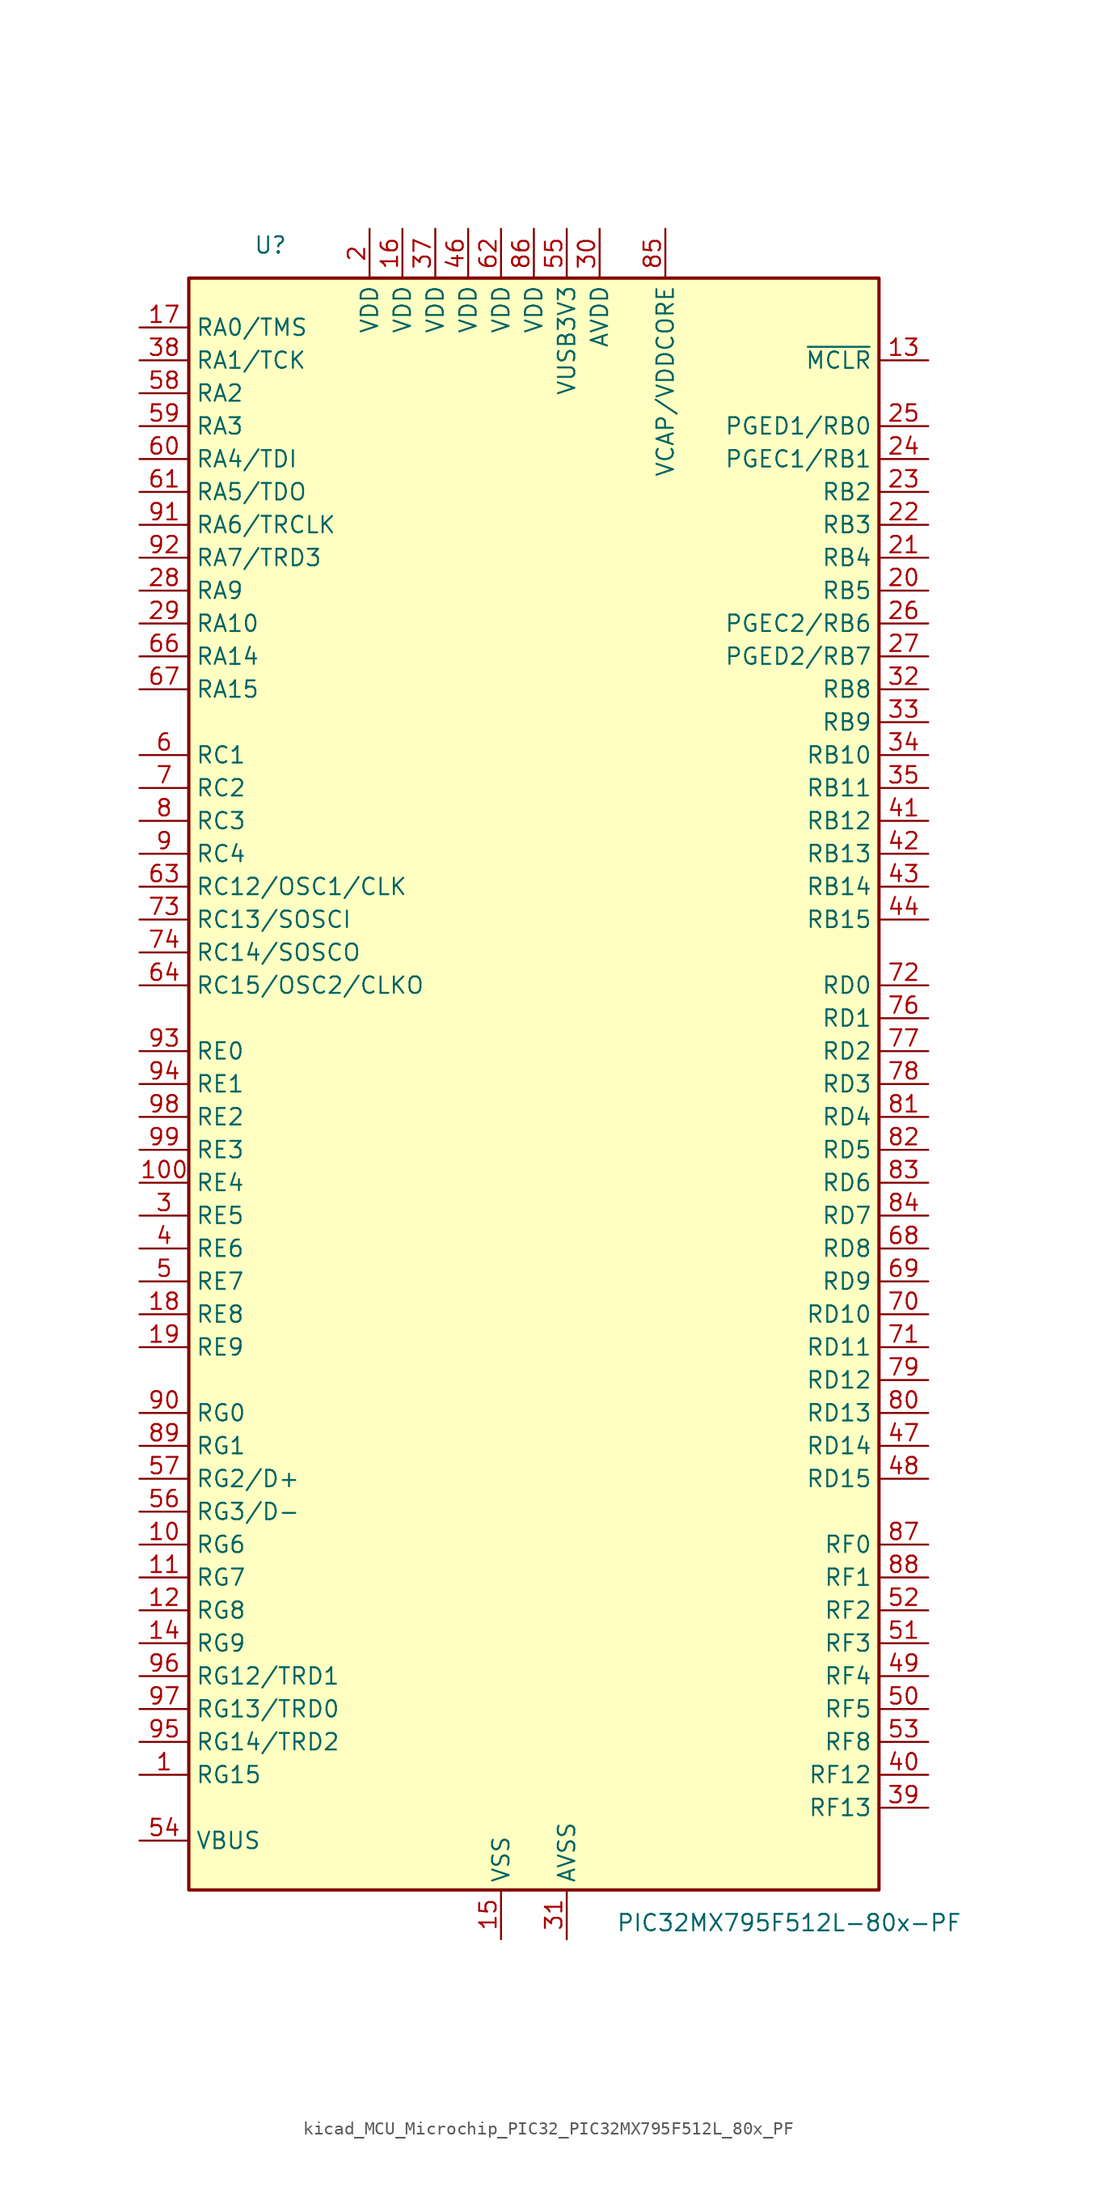
<source format=kicad_sym>
(kicad_symbol_lib
  (version 20220914)
  (generator kicad_symbol_editor)
  (symbol "kicad_MCU_Microchip_PIC32_PIC32MX795F512L_80x_PF"
    (property "Reference" "U"
      (at -19.05 64.77 0)
      (effects (font (size 1.27 1.27)) (justify right)))
    (property "Value" "PIC32MX795F512L-80x-PF"
      (at 6.35 -64.77 0)
      (effects (font (size 1.27 1.27)) (justify left)))
    (symbol "kicad_MCU_Microchip_PIC32_PIC32MX795F512L_80x_PF_0_1"
      (rectangle (start -26.67 62.23) (end 26.67 -62.23) (stroke (width 0.254) (type default)) (fill (type background))))
    (symbol "kicad_MCU_Microchip_PIC32_PIC32MX795F512L_80x_PF_1_1"
      (pin bidirectional line (at -30.48 -53.34 0) (length 3.81) (name "RG15" (effects (font (size 1.27 1.27)))) (number "1" (effects (font (size 1.27 1.27)))))
      (pin bidirectional line (at -30.48 -35.56 0) (length 3.81) (name "RG6" (effects (font (size 1.27 1.27)))) (number "10" (effects (font (size 1.27 1.27)))))
      (pin bidirectional line (at -30.48 -7.62 0) (length 3.81) (name "RE4" (effects (font (size 1.27 1.27)))) (number "100" (effects (font (size 1.27 1.27)))))
      (pin bidirectional line (at -30.48 -38.1 0) (length 3.81) (name "RG7" (effects (font (size 1.27 1.27)))) (number "11" (effects (font (size 1.27 1.27)))))
      (pin bidirectional line (at -30.48 -40.64 0) (length 3.81) (name "RG8" (effects (font (size 1.27 1.27)))) (number "12" (effects (font (size 1.27 1.27)))))
      (pin input line (at 30.48 55.88 180) (length 3.81) (name "~{MCLR}" (effects (font (size 1.27 1.27)))) (number "13" (effects (font (size 1.27 1.27)))))
      (pin bidirectional line (at -30.48 -43.18 0) (length 3.81) (name "RG9" (effects (font (size 1.27 1.27)))) (number "14" (effects (font (size 1.27 1.27)))))
      (pin power_in line (at -2.54 -66.04 90) (length 3.81) (name "VSS" (effects (font (size 1.27 1.27)))) (number "15" (effects (font (size 1.27 1.27)))))
      (pin power_in line (at -10.16 66.04 270) (length 3.81) (name "VDD" (effects (font (size 1.27 1.27)))) (number "16" (effects (font (size 1.27 1.27)))))
      (pin bidirectional line (at -30.48 58.42 0) (length 3.81) (name "RA0/TMS" (effects (font (size 1.27 1.27)))) (number "17" (effects (font (size 1.27 1.27)))))
      (pin bidirectional line (at -30.48 -17.78 0) (length 3.81) (name "RE8" (effects (font (size 1.27 1.27)))) (number "18" (effects (font (size 1.27 1.27)))))
      (pin bidirectional line (at -30.48 -20.32 0) (length 3.81) (name "RE9" (effects (font (size 1.27 1.27)))) (number "19" (effects (font (size 1.27 1.27)))))
      (pin power_in line (at -12.7 66.04 270) (length 3.81) (name "VDD" (effects (font (size 1.27 1.27)))) (number "2" (effects (font (size 1.27 1.27)))))
      (pin bidirectional line (at 30.48 38.1 180) (length 3.81) (name "RB5" (effects (font (size 1.27 1.27)))) (number "20" (effects (font (size 1.27 1.27)))))
      (pin bidirectional line (at 30.48 40.64 180) (length 3.81) (name "RB4" (effects (font (size 1.27 1.27)))) (number "21" (effects (font (size 1.27 1.27)))))
      (pin bidirectional line (at 30.48 43.18 180) (length 3.81) (name "RB3" (effects (font (size 1.27 1.27)))) (number "22" (effects (font (size 1.27 1.27)))))
      (pin bidirectional line (at 30.48 45.72 180) (length 3.81) (name "RB2" (effects (font (size 1.27 1.27)))) (number "23" (effects (font (size 1.27 1.27)))))
      (pin bidirectional line (at 30.48 48.26 180) (length 3.81) (name "PGEC1/RB1" (effects (font (size 1.27 1.27)))) (number "24" (effects (font (size 1.27 1.27)))))
      (pin bidirectional line (at 30.48 50.8 180) (length 3.81) (name "PGED1/RB0" (effects (font (size 1.27 1.27)))) (number "25" (effects (font (size 1.27 1.27)))))
      (pin bidirectional line (at 30.48 35.56 180) (length 3.81) (name "PGEC2/RB6" (effects (font (size 1.27 1.27)))) (number "26" (effects (font (size 1.27 1.27)))))
      (pin bidirectional line (at 30.48 33.02 180) (length 3.81) (name "PGED2/RB7" (effects (font (size 1.27 1.27)))) (number "27" (effects (font (size 1.27 1.27)))))
      (pin bidirectional line (at -30.48 38.1 0) (length 3.81) (name "RA9" (effects (font (size 1.27 1.27)))) (number "28" (effects (font (size 1.27 1.27)))))
      (pin bidirectional line (at -30.48 35.56 0) (length 3.81) (name "RA10" (effects (font (size 1.27 1.27)))) (number "29" (effects (font (size 1.27 1.27)))))
      (pin bidirectional line (at -30.48 -10.16 0) (length 3.81) (name "RE5" (effects (font (size 1.27 1.27)))) (number "3" (effects (font (size 1.27 1.27)))))
      (pin power_in line (at 5.08 66.04 270) (length 3.81) (name "AVDD" (effects (font (size 1.27 1.27)))) (number "30" (effects (font (size 1.27 1.27)))))
      (pin power_in line (at 2.54 -66.04 90) (length 3.81) (name "AVSS" (effects (font (size 1.27 1.27)))) (number "31" (effects (font (size 1.27 1.27)))))
      (pin bidirectional line (at 30.48 30.48 180) (length 3.81) (name "RB8" (effects (font (size 1.27 1.27)))) (number "32" (effects (font (size 1.27 1.27)))))
      (pin bidirectional line (at 30.48 27.94 180) (length 3.81) (name "RB9" (effects (font (size 1.27 1.27)))) (number "33" (effects (font (size 1.27 1.27)))))
      (pin bidirectional line (at 30.48 25.4 180) (length 3.81) (name "RB10" (effects (font (size 1.27 1.27)))) (number "34" (effects (font (size 1.27 1.27)))))
      (pin bidirectional line (at 30.48 22.86 180) (length 3.81) (name "RB11" (effects (font (size 1.27 1.27)))) (number "35" (effects (font (size 1.27 1.27)))))
      (pin passive line (at -2.54 -66.04 90) (length 3.81) hide (name "VSS" (effects (font (size 1.27 1.27)))) (number "36" (effects (font (size 1.27 1.27)))))
      (pin power_in line (at -7.62 66.04 270) (length 3.81) (name "VDD" (effects (font (size 1.27 1.27)))) (number "37" (effects (font (size 1.27 1.27)))))
      (pin bidirectional line (at -30.48 55.88 0) (length 3.81) (name "RA1/TCK" (effects (font (size 1.27 1.27)))) (number "38" (effects (font (size 1.27 1.27)))))
      (pin bidirectional line (at 30.48 -55.88 180) (length 3.81) (name "RF13" (effects (font (size 1.27 1.27)))) (number "39" (effects (font (size 1.27 1.27)))))
      (pin bidirectional line (at -30.48 -12.7 0) (length 3.81) (name "RE6" (effects (font (size 1.27 1.27)))) (number "4" (effects (font (size 1.27 1.27)))))
      (pin bidirectional line (at 30.48 -53.34 180) (length 3.81) (name "RF12" (effects (font (size 1.27 1.27)))) (number "40" (effects (font (size 1.27 1.27)))))
      (pin bidirectional line (at 30.48 20.32 180) (length 3.81) (name "RB12" (effects (font (size 1.27 1.27)))) (number "41" (effects (font (size 1.27 1.27)))))
      (pin bidirectional line (at 30.48 17.78 180) (length 3.81) (name "RB13" (effects (font (size 1.27 1.27)))) (number "42" (effects (font (size 1.27 1.27)))))
      (pin bidirectional line (at 30.48 15.24 180) (length 3.81) (name "RB14" (effects (font (size 1.27 1.27)))) (number "43" (effects (font (size 1.27 1.27)))))
      (pin bidirectional line (at 30.48 12.7 180) (length 3.81) (name "RB15" (effects (font (size 1.27 1.27)))) (number "44" (effects (font (size 1.27 1.27)))))
      (pin passive line (at -2.54 -66.04 90) (length 3.81) hide (name "VSS" (effects (font (size 1.27 1.27)))) (number "45" (effects (font (size 1.27 1.27)))))
      (pin power_in line (at -5.08 66.04 270) (length 3.81) (name "VDD" (effects (font (size 1.27 1.27)))) (number "46" (effects (font (size 1.27 1.27)))))
      (pin bidirectional line (at 30.48 -27.94 180) (length 3.81) (name "RD14" (effects (font (size 1.27 1.27)))) (number "47" (effects (font (size 1.27 1.27)))))
      (pin bidirectional line (at 30.48 -30.48 180) (length 3.81) (name "RD15" (effects (font (size 1.27 1.27)))) (number "48" (effects (font (size 1.27 1.27)))))
      (pin bidirectional line (at 30.48 -45.72 180) (length 3.81) (name "RF4" (effects (font (size 1.27 1.27)))) (number "49" (effects (font (size 1.27 1.27)))))
      (pin bidirectional line (at -30.48 -15.24 0) (length 3.81) (name "RE7" (effects (font (size 1.27 1.27)))) (number "5" (effects (font (size 1.27 1.27)))))
      (pin bidirectional line (at 30.48 -48.26 180) (length 3.81) (name "RF5" (effects (font (size 1.27 1.27)))) (number "50" (effects (font (size 1.27 1.27)))))
      (pin bidirectional line (at 30.48 -43.18 180) (length 3.81) (name "RF3" (effects (font (size 1.27 1.27)))) (number "51" (effects (font (size 1.27 1.27)))))
      (pin bidirectional line (at 30.48 -40.64 180) (length 3.81) (name "RF2" (effects (font (size 1.27 1.27)))) (number "52" (effects (font (size 1.27 1.27)))))
      (pin bidirectional line (at 30.48 -50.8 180) (length 3.81) (name "RF8" (effects (font (size 1.27 1.27)))) (number "53" (effects (font (size 1.27 1.27)))))
      (pin input line (at -30.48 -58.42 0) (length 3.81) (name "VBUS" (effects (font (size 1.27 1.27)))) (number "54" (effects (font (size 1.27 1.27)))))
      (pin power_in line (at 2.54 66.04 270) (length 3.81) (name "VUSB3V3" (effects (font (size 1.27 1.27)))) (number "55" (effects (font (size 1.27 1.27)))))
      (pin bidirectional line (at -30.48 -33.02 0) (length 3.81) (name "RG3/D-" (effects (font (size 1.27 1.27)))) (number "56" (effects (font (size 1.27 1.27)))))
      (pin bidirectional line (at -30.48 -30.48 0) (length 3.81) (name "RG2/D+" (effects (font (size 1.27 1.27)))) (number "57" (effects (font (size 1.27 1.27)))))
      (pin bidirectional line (at -30.48 53.34 0) (length 3.81) (name "RA2" (effects (font (size 1.27 1.27)))) (number "58" (effects (font (size 1.27 1.27)))))
      (pin bidirectional line (at -30.48 50.8 0) (length 3.81) (name "RA3" (effects (font (size 1.27 1.27)))) (number "59" (effects (font (size 1.27 1.27)))))
      (pin bidirectional line (at -30.48 25.4 0) (length 3.81) (name "RC1" (effects (font (size 1.27 1.27)))) (number "6" (effects (font (size 1.27 1.27)))))
      (pin bidirectional line (at -30.48 48.26 0) (length 3.81) (name "RA4/TDI" (effects (font (size 1.27 1.27)))) (number "60" (effects (font (size 1.27 1.27)))))
      (pin bidirectional line (at -30.48 45.72 0) (length 3.81) (name "RA5/TDO" (effects (font (size 1.27 1.27)))) (number "61" (effects (font (size 1.27 1.27)))))
      (pin power_in line (at -2.54 66.04 270) (length 3.81) (name "VDD" (effects (font (size 1.27 1.27)))) (number "62" (effects (font (size 1.27 1.27)))))
      (pin bidirectional line (at -30.48 15.24 0) (length 3.81) (name "RC12/OSC1/CLK" (effects (font (size 1.27 1.27)))) (number "63" (effects (font (size 1.27 1.27)))))
      (pin bidirectional line (at -30.48 7.62 0) (length 3.81) (name "RC15/OSC2/CLKO" (effects (font (size 1.27 1.27)))) (number "64" (effects (font (size 1.27 1.27)))))
      (pin passive line (at -2.54 -66.04 90) (length 3.81) hide (name "VSS" (effects (font (size 1.27 1.27)))) (number "65" (effects (font (size 1.27 1.27)))))
      (pin bidirectional line (at -30.48 33.02 0) (length 3.81) (name "RA14" (effects (font (size 1.27 1.27)))) (number "66" (effects (font (size 1.27 1.27)))))
      (pin bidirectional line (at -30.48 30.48 0) (length 3.81) (name "RA15" (effects (font (size 1.27 1.27)))) (number "67" (effects (font (size 1.27 1.27)))))
      (pin bidirectional line (at 30.48 -12.7 180) (length 3.81) (name "RD8" (effects (font (size 1.27 1.27)))) (number "68" (effects (font (size 1.27 1.27)))))
      (pin bidirectional line (at 30.48 -15.24 180) (length 3.81) (name "RD9" (effects (font (size 1.27 1.27)))) (number "69" (effects (font (size 1.27 1.27)))))
      (pin bidirectional line (at -30.48 22.86 0) (length 3.81) (name "RC2" (effects (font (size 1.27 1.27)))) (number "7" (effects (font (size 1.27 1.27)))))
      (pin bidirectional line (at 30.48 -17.78 180) (length 3.81) (name "RD10" (effects (font (size 1.27 1.27)))) (number "70" (effects (font (size 1.27 1.27)))))
      (pin bidirectional line (at 30.48 -20.32 180) (length 3.81) (name "RD11" (effects (font (size 1.27 1.27)))) (number "71" (effects (font (size 1.27 1.27)))))
      (pin bidirectional line (at 30.48 7.62 180) (length 3.81) (name "RD0" (effects (font (size 1.27 1.27)))) (number "72" (effects (font (size 1.27 1.27)))))
      (pin bidirectional line (at -30.48 12.7 0) (length 3.81) (name "RC13/SOSCI" (effects (font (size 1.27 1.27)))) (number "73" (effects (font (size 1.27 1.27)))))
      (pin bidirectional line (at -30.48 10.16 0) (length 3.81) (name "RC14/SOSCO" (effects (font (size 1.27 1.27)))) (number "74" (effects (font (size 1.27 1.27)))))
      (pin passive line (at -2.54 -66.04 90) (length 3.81) hide (name "VSS" (effects (font (size 1.27 1.27)))) (number "75" (effects (font (size 1.27 1.27)))))
      (pin bidirectional line (at 30.48 5.08 180) (length 3.81) (name "RD1" (effects (font (size 1.27 1.27)))) (number "76" (effects (font (size 1.27 1.27)))))
      (pin bidirectional line (at 30.48 2.54 180) (length 3.81) (name "RD2" (effects (font (size 1.27 1.27)))) (number "77" (effects (font (size 1.27 1.27)))))
      (pin bidirectional line (at 30.48 0 180) (length 3.81) (name "RD3" (effects (font (size 1.27 1.27)))) (number "78" (effects (font (size 1.27 1.27)))))
      (pin bidirectional line (at 30.48 -22.86 180) (length 3.81) (name "RD12" (effects (font (size 1.27 1.27)))) (number "79" (effects (font (size 1.27 1.27)))))
      (pin bidirectional line (at -30.48 20.32 0) (length 3.81) (name "RC3" (effects (font (size 1.27 1.27)))) (number "8" (effects (font (size 1.27 1.27)))))
      (pin bidirectional line (at 30.48 -25.4 180) (length 3.81) (name "RD13" (effects (font (size 1.27 1.27)))) (number "80" (effects (font (size 1.27 1.27)))))
      (pin bidirectional line (at 30.48 -2.54 180) (length 3.81) (name "RD4" (effects (font (size 1.27 1.27)))) (number "81" (effects (font (size 1.27 1.27)))))
      (pin bidirectional line (at 30.48 -5.08 180) (length 3.81) (name "RD5" (effects (font (size 1.27 1.27)))) (number "82" (effects (font (size 1.27 1.27)))))
      (pin bidirectional line (at 30.48 -7.62 180) (length 3.81) (name "RD6" (effects (font (size 1.27 1.27)))) (number "83" (effects (font (size 1.27 1.27)))))
      (pin bidirectional line (at 30.48 -10.16 180) (length 3.81) (name "RD7" (effects (font (size 1.27 1.27)))) (number "84" (effects (font (size 1.27 1.27)))))
      (pin power_out line (at 10.16 66.04 270) (length 3.81) (name "VCAP/VDDCORE" (effects (font (size 1.27 1.27)))) (number "85" (effects (font (size 1.27 1.27)))))
      (pin power_in line (at 0 66.04 270) (length 3.81) (name "VDD" (effects (font (size 1.27 1.27)))) (number "86" (effects (font (size 1.27 1.27)))))
      (pin bidirectional line (at 30.48 -35.56 180) (length 3.81) (name "RF0" (effects (font (size 1.27 1.27)))) (number "87" (effects (font (size 1.27 1.27)))))
      (pin bidirectional line (at 30.48 -38.1 180) (length 3.81) (name "RF1" (effects (font (size 1.27 1.27)))) (number "88" (effects (font (size 1.27 1.27)))))
      (pin bidirectional line (at -30.48 -27.94 0) (length 3.81) (name "RG1" (effects (font (size 1.27 1.27)))) (number "89" (effects (font (size 1.27 1.27)))))
      (pin bidirectional line (at -30.48 17.78 0) (length 3.81) (name "RC4" (effects (font (size 1.27 1.27)))) (number "9" (effects (font (size 1.27 1.27)))))
      (pin bidirectional line (at -30.48 -25.4 0) (length 3.81) (name "RG0" (effects (font (size 1.27 1.27)))) (number "90" (effects (font (size 1.27 1.27)))))
      (pin bidirectional line (at -30.48 43.18 0) (length 3.81) (name "RA6/TRCLK" (effects (font (size 1.27 1.27)))) (number "91" (effects (font (size 1.27 1.27)))))
      (pin bidirectional line (at -30.48 40.64 0) (length 3.81) (name "RA7/TRD3" (effects (font (size 1.27 1.27)))) (number "92" (effects (font (size 1.27 1.27)))))
      (pin bidirectional line (at -30.48 2.54 0) (length 3.81) (name "RE0" (effects (font (size 1.27 1.27)))) (number "93" (effects (font (size 1.27 1.27)))))
      (pin bidirectional line (at -30.48 0 0) (length 3.81) (name "RE1" (effects (font (size 1.27 1.27)))) (number "94" (effects (font (size 1.27 1.27)))))
      (pin bidirectional line (at -30.48 -50.8 0) (length 3.81) (name "RG14/TRD2" (effects (font (size 1.27 1.27)))) (number "95" (effects (font (size 1.27 1.27)))))
      (pin bidirectional line (at -30.48 -45.72 0) (length 3.81) (name "RG12/TRD1" (effects (font (size 1.27 1.27)))) (number "96" (effects (font (size 1.27 1.27)))))
      (pin bidirectional line (at -30.48 -48.26 0) (length 3.81) (name "RG13/TRD0" (effects (font (size 1.27 1.27)))) (number "97" (effects (font (size 1.27 1.27)))))
      (pin bidirectional line (at -30.48 -2.54 0) (length 3.81) (name "RE2" (effects (font (size 1.27 1.27)))) (number "98" (effects (font (size 1.27 1.27)))))
      (pin bidirectional line (at -30.48 -5.08 0) (length 3.81) (name "RE3" (effects (font (size 1.27 1.27)))) (number "99" (effects (font (size 1.27 1.27))))))))
</source>
